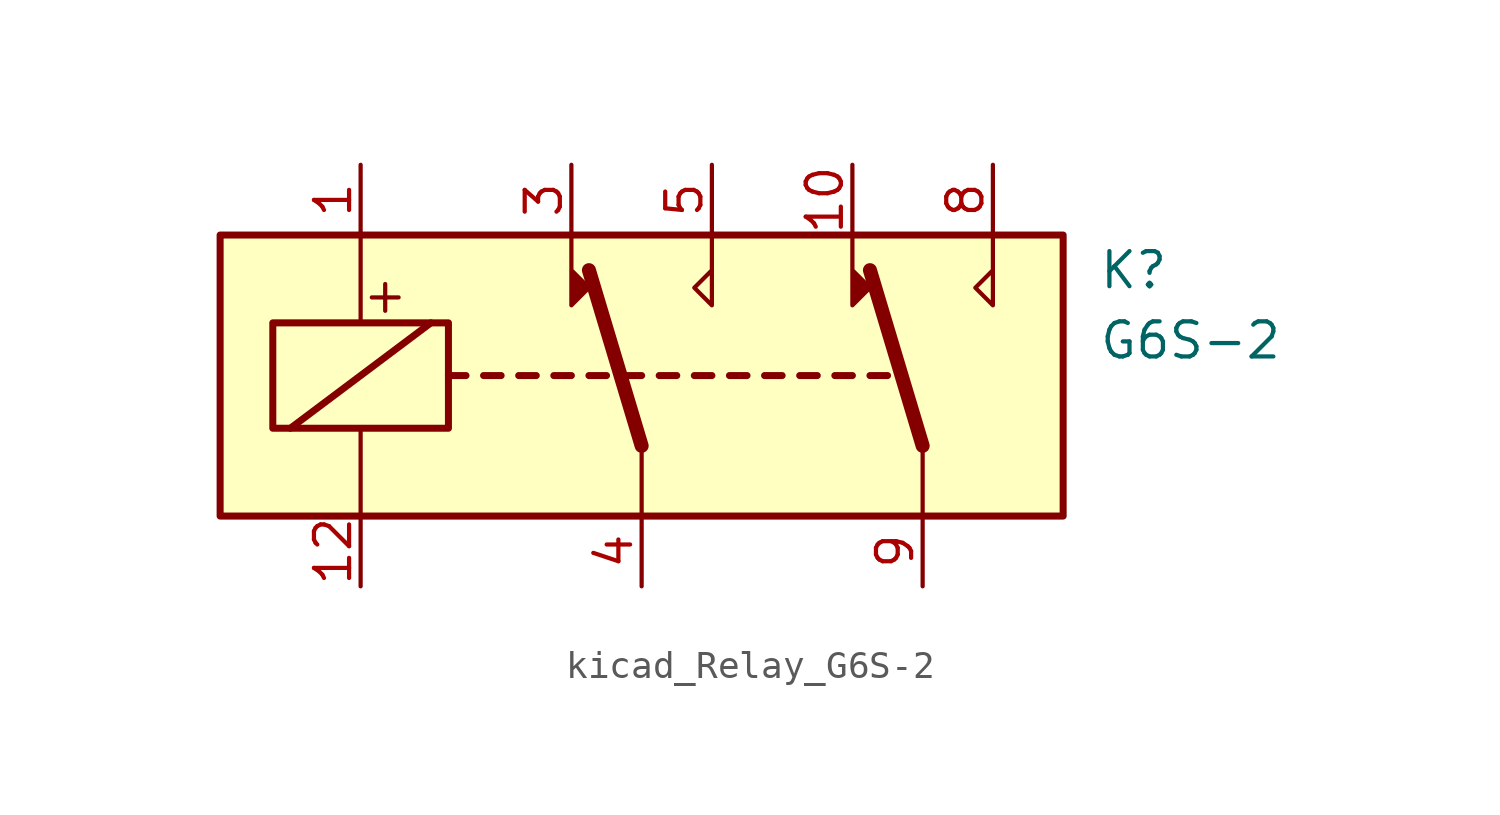
<source format=kicad_sym>
(kicad_symbol_lib
  (version 20220914)
  (generator kicad_symbol_editor)
  (symbol "kicad_Relay_G6S-2"
    (property "Reference" "K"
      (at 16.51 3.81 0)
      (effects (font (size 1.27 1.27)) (justify left)))
    (property "Value" "G6S-2"
      (at 16.51 1.27 0)
      (effects (font (size 1.27 1.27)) (justify left)))
    (symbol "kicad_Relay_G6S-2_0_0"
      (text "+" (at -9.271 2.921 0) (effects (font (size 1.27 1.27)))))
    (symbol "kicad_Relay_G6S-2_0_1"
      (rectangle (start -15.24 5.08) (end 15.24 -5.08) (stroke (width 0.254) (type default)) (fill (type background)))
      (rectangle (start -13.335 1.905) (end -6.985 -1.905) (stroke (width 0.254) (type default)) (fill (type none)))
      (polyline (pts (xy -12.7 -1.905) (xy -7.62 1.905)) (stroke (width 0.254) (type default)) (fill (type none)))
      (polyline (pts (xy -10.16 -5.08) (xy -10.16 -1.905)) (stroke (width 0) (type default)) (fill (type none)))
      (polyline (pts (xy -10.16 5.08) (xy -10.16 1.905)) (stroke (width 0) (type default)) (fill (type none)))
      (polyline (pts (xy -6.985 0) (xy -6.35 0)) (stroke (width 0.254) (type default)) (fill (type none)))
      (polyline (pts (xy -5.715 0) (xy -5.08 0)) (stroke (width 0.254) (type default)) (fill (type none)))
      (polyline (pts (xy -4.445 0) (xy -3.81 0)) (stroke (width 0.254) (type default)) (fill (type none)))
      (polyline (pts (xy -3.175 0) (xy -2.54 0)) (stroke (width 0.254) (type default)) (fill (type none)))
      (polyline (pts (xy -1.905 0) (xy -1.27 0)) (stroke (width 0.254) (type default)) (fill (type none)))
      (polyline (pts (xy -0.635 0) (xy 0 0)) (stroke (width 0.254) (type default)) (fill (type none)))
      (polyline (pts (xy 0 -2.54) (xy -1.905 3.81)) (stroke (width 0.508) (type default)) (fill (type none)))
      (polyline (pts (xy 0 -2.54) (xy 0 -5.08)) (stroke (width 0) (type default)) (fill (type none)))
      (polyline (pts (xy 0.635 0) (xy 1.27 0)) (stroke (width 0.254) (type default)) (fill (type none)))
      (polyline (pts (xy 1.905 0) (xy 2.54 0)) (stroke (width 0.254) (type default)) (fill (type none)))
      (polyline (pts (xy 3.175 0) (xy 3.81 0)) (stroke (width 0.254) (type default)) (fill (type none)))
      (polyline (pts (xy 4.445 0) (xy 5.08 0)) (stroke (width 0.254) (type default)) (fill (type none)))
      (polyline (pts (xy 5.715 0) (xy 6.35 0)) (stroke (width 0.254) (type default)) (fill (type none)))
      (polyline (pts (xy 6.985 0) (xy 7.62 0)) (stroke (width 0.254) (type default)) (fill (type none)))
      (polyline (pts (xy 8.255 0) (xy 8.89 0)) (stroke (width 0.254) (type default)) (fill (type none)))
      (polyline (pts (xy 10.16 -2.54) (xy 8.255 3.81)) (stroke (width 0.508) (type default)) (fill (type none)))
      (polyline (pts (xy 10.16 -2.54) (xy 10.16 -5.08)) (stroke (width 0) (type default)) (fill (type none)))
      (polyline (pts (xy -2.54 5.08) (xy -2.54 2.54) (xy -1.905 3.175) (xy -2.54 3.81)) (stroke (width 0) (type default)) (fill (type outline)))
      (polyline (pts (xy 2.54 5.08) (xy 2.54 2.54) (xy 1.905 3.175) (xy 2.54 3.81)) (stroke (width 0) (type default)) (fill (type none)))
      (polyline (pts (xy 7.62 5.08) (xy 7.62 2.54) (xy 8.255 3.175) (xy 7.62 3.81)) (stroke (width 0) (type default)) (fill (type outline)))
      (polyline (pts (xy 12.7 5.08) (xy 12.7 2.54) (xy 12.065 3.175) (xy 12.7 3.81)) (stroke (width 0) (type default)) (fill (type none))))
    (symbol "kicad_Relay_G6S-2_1_1"
      (pin passive line (at -10.16 7.62 270) (length 2.54) (name "~" (effects (font (size 1.27 1.27)))) (number "1" (effects (font (size 1.27 1.27)))))
      (pin passive line (at 7.62 7.62 270) (length 2.54) (name "~" (effects (font (size 1.27 1.27)))) (number "10" (effects (font (size 1.27 1.27)))))
      (pin passive line (at -10.16 -7.62 90) (length 2.54) (name "~" (effects (font (size 1.27 1.27)))) (number "12" (effects (font (size 1.27 1.27)))))
      (pin passive line (at -2.54 7.62 270) (length 2.54) (name "~" (effects (font (size 1.27 1.27)))) (number "3" (effects (font (size 1.27 1.27)))))
      (pin passive line (at 0 -7.62 90) (length 2.54) (name "~" (effects (font (size 1.27 1.27)))) (number "4" (effects (font (size 1.27 1.27)))))
      (pin passive line (at 2.54 7.62 270) (length 2.54) (name "~" (effects (font (size 1.27 1.27)))) (number "5" (effects (font (size 1.27 1.27)))))
      (pin passive line (at 12.7 7.62 270) (length 2.54) (name "~" (effects (font (size 1.27 1.27)))) (number "8" (effects (font (size 1.27 1.27)))))
      (pin passive line (at 10.16 -7.62 90) (length 2.54) (name "~" (effects (font (size 1.27 1.27)))) (number "9" (effects (font (size 1.27 1.27))))))))
</source>
